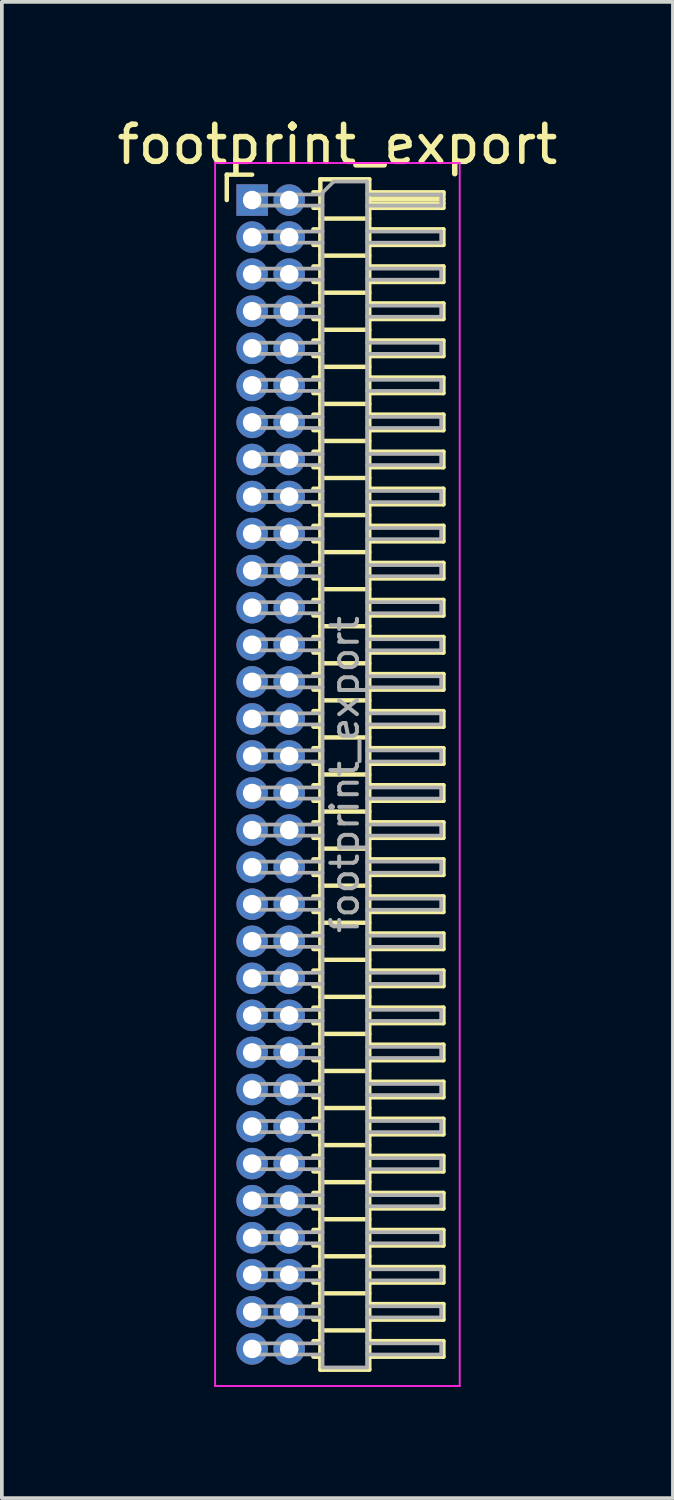
<source format=kicad_pcb>
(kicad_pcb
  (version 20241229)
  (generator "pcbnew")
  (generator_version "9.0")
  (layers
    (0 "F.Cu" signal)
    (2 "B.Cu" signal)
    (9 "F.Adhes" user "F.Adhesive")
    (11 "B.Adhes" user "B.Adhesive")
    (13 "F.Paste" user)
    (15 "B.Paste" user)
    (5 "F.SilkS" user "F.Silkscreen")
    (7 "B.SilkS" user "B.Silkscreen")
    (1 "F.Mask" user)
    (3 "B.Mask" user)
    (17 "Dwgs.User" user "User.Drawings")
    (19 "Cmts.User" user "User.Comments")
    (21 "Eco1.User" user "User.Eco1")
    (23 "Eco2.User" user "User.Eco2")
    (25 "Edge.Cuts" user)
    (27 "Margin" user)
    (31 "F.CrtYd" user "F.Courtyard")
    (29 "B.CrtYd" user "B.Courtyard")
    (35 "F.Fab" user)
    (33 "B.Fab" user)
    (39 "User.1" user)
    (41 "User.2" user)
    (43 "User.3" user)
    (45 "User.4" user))
  (footprint "footprint_export"
    (layer "F.Cu")
    (at 3.754 2.348)
    (property "Reference" "footprint_export" (at 2.3 -1.5 0) (layer "F.SilkS") (effects (font (size 1 1) (thickness 0.15))))
    (attr through_hole)
    (fp_line (start -0.685 -0.685) (end 0 -0.685) (stroke (width 0.12) (type solid)) (layer "F.SilkS"))
    (fp_line (start -0.685 0) (end -0.685 -0.685) (stroke (width 0.12) (type solid)) (layer "F.SilkS"))
    (fp_line (start 1.652 -0.21) (end 1.84 -0.21) (stroke (width 0.12) (type solid)) (layer "F.SilkS"))
    (fp_line (start 1.652 0.21) (end 1.84 0.21) (stroke (width 0.12) (type solid)) (layer "F.SilkS"))
    (fp_line (start 1.652 0.79) (end 1.84 0.79) (stroke (width 0.12) (type solid)) (layer "F.SilkS"))
    (fp_line (start 1.652 1.21) (end 1.84 1.21) (stroke (width 0.12) (type solid)) (layer "F.SilkS"))
    (fp_line (start 1.652 1.79) (end 1.84 1.79) (stroke (width 0.12) (type solid)) (layer "F.SilkS"))
    (fp_line (start 1.652 2.21) (end 1.84 2.21) (stroke (width 0.12) (type solid)) (layer "F.SilkS"))
    (fp_line (start 1.652 2.79) (end 1.84 2.79) (stroke (width 0.12) (type solid)) (layer "F.SilkS"))
    (fp_line (start 1.652 3.21) (end 1.84 3.21) (stroke (width 0.12) (type solid)) (layer "F.SilkS"))
    (fp_line (start 1.652 3.79) (end 1.84 3.79) (stroke (width 0.12) (type solid)) (layer "F.SilkS"))
    (fp_line (start 1.652 4.21) (end 1.84 4.21) (stroke (width 0.12) (type solid)) (layer "F.SilkS"))
    (fp_line (start 1.652 4.79) (end 1.84 4.79) (stroke (width 0.12) (type solid)) (layer "F.SilkS"))
    (fp_line (start 1.652 5.21) (end 1.84 5.21) (stroke (width 0.12) (type solid)) (layer "F.SilkS"))
    (fp_line (start 1.652 5.79) (end 1.84 5.79) (stroke (width 0.12) (type solid)) (layer "F.SilkS"))
    (fp_line (start 1.652 6.21) (end 1.84 6.21) (stroke (width 0.12) (type solid)) (layer "F.SilkS"))
    (fp_line (start 1.652 6.79) (end 1.84 6.79) (stroke (width 0.12) (type solid)) (layer "F.SilkS"))
    (fp_line (start 1.652 7.21) (end 1.84 7.21) (stroke (width 0.12) (type solid)) (layer "F.SilkS"))
    (fp_line (start 1.652 7.79) (end 1.84 7.79) (stroke (width 0.12) (type solid)) (layer "F.SilkS"))
    (fp_line (start 1.652 8.21) (end 1.84 8.21) (stroke (width 0.12) (type solid)) (layer "F.SilkS"))
    (fp_line (start 1.652 8.79) (end 1.84 8.79) (stroke (width 0.12) (type solid)) (layer "F.SilkS"))
    (fp_line (start 1.652 9.21) (end 1.84 9.21) (stroke (width 0.12) (type solid)) (layer "F.SilkS"))
    (fp_line (start 1.652 9.79) (end 1.84 9.79) (stroke (width 0.12) (type solid)) (layer "F.SilkS"))
    (fp_line (start 1.652 10.21) (end 1.84 10.21) (stroke (width 0.12) (type solid)) (layer "F.SilkS"))
    (fp_line (start 1.652 10.79) (end 1.84 10.79) (stroke (width 0.12) (type solid)) (layer "F.SilkS"))
    (fp_line (start 1.652 11.21) (end 1.84 11.21) (stroke (width 0.12) (type solid)) (layer "F.SilkS"))
    (fp_line (start 1.652 11.79) (end 1.84 11.79) (stroke (width 0.12) (type solid)) (layer "F.SilkS"))
    (fp_line (start 1.652 12.21) (end 1.84 12.21) (stroke (width 0.12) (type solid)) (layer "F.SilkS"))
    (fp_line (start 1.652 12.79) (end 1.84 12.79) (stroke (width 0.12) (type solid)) (layer "F.SilkS"))
    (fp_line (start 1.652 13.21) (end 1.84 13.21) (stroke (width 0.12) (type solid)) (layer "F.SilkS"))
    (fp_line (start 1.652 13.79) (end 1.84 13.79) (stroke (width 0.12) (type solid)) (layer "F.SilkS"))
    (fp_line (start 1.652 14.21) (end 1.84 14.21) (stroke (width 0.12) (type solid)) (layer "F.SilkS"))
    (fp_line (start 1.652 14.79) (end 1.84 14.79) (stroke (width 0.12) (type solid)) (layer "F.SilkS"))
    (fp_line (start 1.652 15.21) (end 1.84 15.21) (stroke (width 0.12) (type solid)) (layer "F.SilkS"))
    (fp_line (start 1.652 15.79) (end 1.84 15.79) (stroke (width 0.12) (type solid)) (layer "F.SilkS"))
    (fp_line (start 1.652 16.21) (end 1.84 16.21) (stroke (width 0.12) (type solid)) (layer "F.SilkS"))
    (fp_line (start 1.652 16.79) (end 1.84 16.79) (stroke (width 0.12) (type solid)) (layer "F.SilkS"))
    (fp_line (start 1.652 17.21) (end 1.84 17.21) (stroke (width 0.12) (type solid)) (layer "F.SilkS"))
    (fp_line (start 1.652 17.79) (end 1.84 17.79) (stroke (width 0.12) (type solid)) (layer "F.SilkS"))
    (fp_line (start 1.652 18.21) (end 1.84 18.21) (stroke (width 0.12) (type solid)) (layer "F.SilkS"))
    (fp_line (start 1.652 18.79) (end 1.84 18.79) (stroke (width 0.12) (type solid)) (layer "F.SilkS"))
    (fp_line (start 1.652 19.21) (end 1.84 19.21) (stroke (width 0.12) (type solid)) (layer "F.SilkS"))
    (fp_line (start 1.652 19.79) (end 1.84 19.79) (stroke (width 0.12) (type solid)) (layer "F.SilkS"))
    (fp_line (start 1.652 20.21) (end 1.84 20.21) (stroke (width 0.12) (type solid)) (layer "F.SilkS"))
    (fp_line (start 1.652 20.79) (end 1.84 20.79) (stroke (width 0.12) (type solid)) (layer "F.SilkS"))
    (fp_line (start 1.652 21.21) (end 1.84 21.21) (stroke (width 0.12) (type solid)) (layer "F.SilkS"))
    (fp_line (start 1.652 21.79) (end 1.84 21.79) (stroke (width 0.12) (type solid)) (layer "F.SilkS"))
    (fp_line (start 1.652 22.21) (end 1.84 22.21) (stroke (width 0.12) (type solid)) (layer "F.SilkS"))
    (fp_line (start 1.652 22.79) (end 1.84 22.79) (stroke (width 0.12) (type solid)) (layer "F.SilkS"))
    (fp_line (start 1.652 23.21) (end 1.84 23.21) (stroke (width 0.12) (type solid)) (layer "F.SilkS"))
    (fp_line (start 1.652 23.79) (end 1.84 23.79) (stroke (width 0.12) (type solid)) (layer "F.SilkS"))
    (fp_line (start 1.652 24.21) (end 1.84 24.21) (stroke (width 0.12) (type solid)) (layer "F.SilkS"))
    (fp_line (start 1.652 24.79) (end 1.84 24.79) (stroke (width 0.12) (type solid)) (layer "F.SilkS"))
    (fp_line (start 1.652 25.21) (end 1.84 25.21) (stroke (width 0.12) (type solid)) (layer "F.SilkS"))
    (fp_line (start 1.652 25.79) (end 1.84 25.79) (stroke (width 0.12) (type solid)) (layer "F.SilkS"))
    (fp_line (start 1.652 26.21) (end 1.84 26.21) (stroke (width 0.12) (type solid)) (layer "F.SilkS"))
    (fp_line (start 1.652 26.79) (end 1.84 26.79) (stroke (width 0.12) (type solid)) (layer "F.SilkS"))
    (fp_line (start 1.652 27.21) (end 1.84 27.21) (stroke (width 0.12) (type solid)) (layer "F.SilkS"))
    (fp_line (start 1.652 27.79) (end 1.84 27.79) (stroke (width 0.12) (type solid)) (layer "F.SilkS"))
    (fp_line (start 1.652 28.21) (end 1.84 28.21) (stroke (width 0.12) (type solid)) (layer "F.SilkS"))
    (fp_line (start 1.652 28.79) (end 1.84 28.79) (stroke (width 0.12) (type solid)) (layer "F.SilkS"))
    (fp_line (start 1.652 29.21) (end 1.84 29.21) (stroke (width 0.12) (type solid)) (layer "F.SilkS"))
    (fp_line (start 1.652 29.79) (end 1.84 29.79) (stroke (width 0.12) (type solid)) (layer "F.SilkS"))
    (fp_line (start 1.652 30.21) (end 1.84 30.21) (stroke (width 0.12) (type solid)) (layer "F.SilkS"))
    (fp_line (start 1.652 30.79) (end 1.84 30.79) (stroke (width 0.12) (type solid)) (layer "F.SilkS"))
    (fp_line (start 1.652 31.21) (end 1.84 31.21) (stroke (width 0.12) (type solid)) (layer "F.SilkS"))
    (fp_line (start 1.84 -0.56) (end 1.84 31.56) (stroke (width 0.12) (type solid)) (layer "F.SilkS"))
    (fp_line (start 1.84 0.5) (end 3.16 0.5) (stroke (width 0.12) (type solid)) (layer "F.SilkS"))
    (fp_line (start 1.84 1.5) (end 3.16 1.5) (stroke (width 0.12) (type solid)) (layer "F.SilkS"))
    (fp_line (start 1.84 2.5) (end 3.16 2.5) (stroke (width 0.12) (type solid)) (layer "F.SilkS"))
    (fp_line (start 1.84 3.5) (end 3.16 3.5) (stroke (width 0.12) (type solid)) (layer "F.SilkS"))
    (fp_line (start 1.84 4.5) (end 3.16 4.5) (stroke (width 0.12) (type solid)) (layer "F.SilkS"))
    (fp_line (start 1.84 5.5) (end 3.16 5.5) (stroke (width 0.12) (type solid)) (layer "F.SilkS"))
    (fp_line (start 1.84 6.5) (end 3.16 6.5) (stroke (width 0.12) (type solid)) (layer "F.SilkS"))
    (fp_line (start 1.84 7.5) (end 3.16 7.5) (stroke (width 0.12) (type solid)) (layer "F.SilkS"))
    (fp_line (start 1.84 8.5) (end 3.16 8.5) (stroke (width 0.12) (type solid)) (layer "F.SilkS"))
    (fp_line (start 1.84 9.5) (end 3.16 9.5) (stroke (width 0.12) (type solid)) (layer "F.SilkS"))
    (fp_line (start 1.84 10.5) (end 3.16 10.5) (stroke (width 0.12) (type solid)) (layer "F.SilkS"))
    (fp_line (start 1.84 11.5) (end 3.16 11.5) (stroke (width 0.12) (type solid)) (layer "F.SilkS"))
    (fp_line (start 1.84 12.5) (end 3.16 12.5) (stroke (width 0.12) (type solid)) (layer "F.SilkS"))
    (fp_line (start 1.84 13.5) (end 3.16 13.5) (stroke (width 0.12) (type solid)) (layer "F.SilkS"))
    (fp_line (start 1.84 14.5) (end 3.16 14.5) (stroke (width 0.12) (type solid)) (layer "F.SilkS"))
    (fp_line (start 1.84 15.5) (end 3.16 15.5) (stroke (width 0.12) (type solid)) (layer "F.SilkS"))
    (fp_line (start 1.84 16.5) (end 3.16 16.5) (stroke (width 0.12) (type solid)) (layer "F.SilkS"))
    (fp_line (start 1.84 17.5) (end 3.16 17.5) (stroke (width 0.12) (type solid)) (layer "F.SilkS"))
    (fp_line (start 1.84 18.5) (end 3.16 18.5) (stroke (width 0.12) (type solid)) (layer "F.SilkS"))
    (fp_line (start 1.84 19.5) (end 3.16 19.5) (stroke (width 0.12) (type solid)) (layer "F.SilkS"))
    (fp_line (start 1.84 20.5) (end 3.16 20.5) (stroke (width 0.12) (type solid)) (layer "F.SilkS"))
    (fp_line (start 1.84 21.5) (end 3.16 21.5) (stroke (width 0.12) (type solid)) (layer "F.SilkS"))
    (fp_line (start 1.84 22.5) (end 3.16 22.5) (stroke (width 0.12) (type solid)) (layer "F.SilkS"))
    (fp_line (start 1.84 23.5) (end 3.16 23.5) (stroke (width 0.12) (type solid)) (layer "F.SilkS"))
    (fp_line (start 1.84 24.5) (end 3.16 24.5) (stroke (width 0.12) (type solid)) (layer "F.SilkS"))
    (fp_line (start 1.84 25.5) (end 3.16 25.5) (stroke (width 0.12) (type solid)) (layer "F.SilkS"))
    (fp_line (start 1.84 26.5) (end 3.16 26.5) (stroke (width 0.12) (type solid)) (layer "F.SilkS"))
    (fp_line (start 1.84 27.5) (end 3.16 27.5) (stroke (width 0.12) (type solid)) (layer "F.SilkS"))
    (fp_line (start 1.84 28.5) (end 3.16 28.5) (stroke (width 0.12) (type solid)) (layer "F.SilkS"))
    (fp_line (start 1.84 29.5) (end 3.16 29.5) (stroke (width 0.12) (type solid)) (layer "F.SilkS"))
    (fp_line (start 1.84 30.5) (end 3.16 30.5) (stroke (width 0.12) (type solid)) (layer "F.SilkS"))
    (fp_line (start 1.84 31.56) (end 3.16 31.56) (stroke (width 0.12) (type solid)) (layer "F.SilkS"))
    (fp_line (start 3.16 -0.56) (end 1.84 -0.56) (stroke (width 0.12) (type solid)) (layer "F.SilkS"))
    (fp_line (start 3.16 -0.21) (end 5.16 -0.21) (stroke (width 0.12) (type solid)) (layer "F.SilkS"))
    (fp_line (start 3.16 -0.15) (end 5.16 -0.15) (stroke (width 0.12) (type solid)) (layer "F.SilkS"))
    (fp_line (start 3.16 -0.03) (end 5.16 -0.03) (stroke (width 0.12) (type solid)) (layer "F.SilkS"))
    (fp_line (start 3.16 0.09) (end 5.16 0.09) (stroke (width 0.12) (type solid)) (layer "F.SilkS"))
    (fp_line (start 3.16 0.79) (end 5.16 0.79) (stroke (width 0.12) (type solid)) (layer "F.SilkS"))
    (fp_line (start 3.16 1.79) (end 5.16 1.79) (stroke (width 0.12) (type solid)) (layer "F.SilkS"))
    (fp_line (start 3.16 2.79) (end 5.16 2.79) (stroke (width 0.12) (type solid)) (layer "F.SilkS"))
    (fp_line (start 3.16 3.79) (end 5.16 3.79) (stroke (width 0.12) (type solid)) (layer "F.SilkS"))
    (fp_line (start 3.16 4.79) (end 5.16 4.79) (stroke (width 0.12) (type solid)) (layer "F.SilkS"))
    (fp_line (start 3.16 5.79) (end 5.16 5.79) (stroke (width 0.12) (type solid)) (layer "F.SilkS"))
    (fp_line (start 3.16 6.79) (end 5.16 6.79) (stroke (width 0.12) (type solid)) (layer "F.SilkS"))
    (fp_line (start 3.16 7.79) (end 5.16 7.79) (stroke (width 0.12) (type solid)) (layer "F.SilkS"))
    (fp_line (start 3.16 8.79) (end 5.16 8.79) (stroke (width 0.12) (type solid)) (layer "F.SilkS"))
    (fp_line (start 3.16 9.79) (end 5.16 9.79) (stroke (width 0.12) (type solid)) (layer "F.SilkS"))
    (fp_line (start 3.16 10.79) (end 5.16 10.79) (stroke (width 0.12) (type solid)) (layer "F.SilkS"))
    (fp_line (start 3.16 11.79) (end 5.16 11.79) (stroke (width 0.12) (type solid)) (layer "F.SilkS"))
    (fp_line (start 3.16 12.79) (end 5.16 12.79) (stroke (width 0.12) (type solid)) (layer "F.SilkS"))
    (fp_line (start 3.16 13.79) (end 5.16 13.79) (stroke (width 0.12) (type solid)) (layer "F.SilkS"))
    (fp_line (start 3.16 14.79) (end 5.16 14.79) (stroke (width 0.12) (type solid)) (layer "F.SilkS"))
    (fp_line (start 3.16 15.79) (end 5.16 15.79) (stroke (width 0.12) (type solid)) (layer "F.SilkS"))
    (fp_line (start 3.16 16.79) (end 5.16 16.79) (stroke (width 0.12) (type solid)) (layer "F.SilkS"))
    (fp_line (start 3.16 17.79) (end 5.16 17.79) (stroke (width 0.12) (type solid)) (layer "F.SilkS"))
    (fp_line (start 3.16 18.79) (end 5.16 18.79) (stroke (width 0.12) (type solid)) (layer "F.SilkS"))
    (fp_line (start 3.16 19.79) (end 5.16 19.79) (stroke (width 0.12) (type solid)) (layer "F.SilkS"))
    (fp_line (start 3.16 20.79) (end 5.16 20.79) (stroke (width 0.12) (type solid)) (layer "F.SilkS"))
    (fp_line (start 3.16 21.79) (end 5.16 21.79) (stroke (width 0.12) (type solid)) (layer "F.SilkS"))
    (fp_line (start 3.16 22.79) (end 5.16 22.79) (stroke (width 0.12) (type solid)) (layer "F.SilkS"))
    (fp_line (start 3.16 23.79) (end 5.16 23.79) (stroke (width 0.12) (type solid)) (layer "F.SilkS"))
    (fp_line (start 3.16 24.79) (end 5.16 24.79) (stroke (width 0.12) (type solid)) (layer "F.SilkS"))
    (fp_line (start 3.16 25.79) (end 5.16 25.79) (stroke (width 0.12) (type solid)) (layer "F.SilkS"))
    (fp_line (start 3.16 26.79) (end 5.16 26.79) (stroke (width 0.12) (type solid)) (layer "F.SilkS"))
    (fp_line (start 3.16 27.79) (end 5.16 27.79) (stroke (width 0.12) (type solid)) (layer "F.SilkS"))
    (fp_line (start 3.16 28.79) (end 5.16 28.79) (stroke (width 0.12) (type solid)) (layer "F.SilkS"))
    (fp_line (start 3.16 29.79) (end 5.16 29.79) (stroke (width 0.12) (type solid)) (layer "F.SilkS"))
    (fp_line (start 3.16 30.79) (end 5.16 30.79) (stroke (width 0.12) (type solid)) (layer "F.SilkS"))
    (fp_line (start 3.16 31.56) (end 3.16 -0.56) (stroke (width 0.12) (type solid)) (layer "F.SilkS"))
    (fp_line (start 5.16 -0.21) (end 5.16 0.21) (stroke (width 0.12) (type solid)) (layer "F.SilkS"))
    (fp_line (start 5.16 0.21) (end 3.16 0.21) (stroke (width 0.12) (type solid)) (layer "F.SilkS"))
    (fp_line (start 5.16 0.79) (end 5.16 1.21) (stroke (width 0.12) (type solid)) (layer "F.SilkS"))
    (fp_line (start 5.16 1.21) (end 3.16 1.21) (stroke (width 0.12) (type solid)) (layer "F.SilkS"))
    (fp_line (start 5.16 1.79) (end 5.16 2.21) (stroke (width 0.12) (type solid)) (layer "F.SilkS"))
    (fp_line (start 5.16 2.21) (end 3.16 2.21) (stroke (width 0.12) (type solid)) (layer "F.SilkS"))
    (fp_line (start 5.16 2.79) (end 5.16 3.21) (stroke (width 0.12) (type solid)) (layer "F.SilkS"))
    (fp_line (start 5.16 3.21) (end 3.16 3.21) (stroke (width 0.12) (type solid)) (layer "F.SilkS"))
    (fp_line (start 5.16 3.79) (end 5.16 4.21) (stroke (width 0.12) (type solid)) (layer "F.SilkS"))
    (fp_line (start 5.16 4.21) (end 3.16 4.21) (stroke (width 0.12) (type solid)) (layer "F.SilkS"))
    (fp_line (start 5.16 4.79) (end 5.16 5.21) (stroke (width 0.12) (type solid)) (layer "F.SilkS"))
    (fp_line (start 5.16 5.21) (end 3.16 5.21) (stroke (width 0.12) (type solid)) (layer "F.SilkS"))
    (fp_line (start 5.16 5.79) (end 5.16 6.21) (stroke (width 0.12) (type solid)) (layer "F.SilkS"))
    (fp_line (start 5.16 6.21) (end 3.16 6.21) (stroke (width 0.12) (type solid)) (layer "F.SilkS"))
    (fp_line (start 5.16 6.79) (end 5.16 7.21) (stroke (width 0.12) (type solid)) (layer "F.SilkS"))
    (fp_line (start 5.16 7.21) (end 3.16 7.21) (stroke (width 0.12) (type solid)) (layer "F.SilkS"))
    (fp_line (start 5.16 7.79) (end 5.16 8.21) (stroke (width 0.12) (type solid)) (layer "F.SilkS"))
    (fp_line (start 5.16 8.21) (end 3.16 8.21) (stroke (width 0.12) (type solid)) (layer "F.SilkS"))
    (fp_line (start 5.16 8.79) (end 5.16 9.21) (stroke (width 0.12) (type solid)) (layer "F.SilkS"))
    (fp_line (start 5.16 9.21) (end 3.16 9.21) (stroke (width 0.12) (type solid)) (layer "F.SilkS"))
    (fp_line (start 5.16 9.79) (end 5.16 10.21) (stroke (width 0.12) (type solid)) (layer "F.SilkS"))
    (fp_line (start 5.16 10.21) (end 3.16 10.21) (stroke (width 0.12) (type solid)) (layer "F.SilkS"))
    (fp_line (start 5.16 10.79) (end 5.16 11.21) (stroke (width 0.12) (type solid)) (layer "F.SilkS"))
    (fp_line (start 5.16 11.21) (end 3.16 11.21) (stroke (width 0.12) (type solid)) (layer "F.SilkS"))
    (fp_line (start 5.16 11.79) (end 5.16 12.21) (stroke (width 0.12) (type solid)) (layer "F.SilkS"))
    (fp_line (start 5.16 12.21) (end 3.16 12.21) (stroke (width 0.12) (type solid)) (layer "F.SilkS"))
    (fp_line (start 5.16 12.79) (end 5.16 13.21) (stroke (width 0.12) (type solid)) (layer "F.SilkS"))
    (fp_line (start 5.16 13.21) (end 3.16 13.21) (stroke (width 0.12) (type solid)) (layer "F.SilkS"))
    (fp_line (start 5.16 13.79) (end 5.16 14.21) (stroke (width 0.12) (type solid)) (layer "F.SilkS"))
    (fp_line (start 5.16 14.21) (end 3.16 14.21) (stroke (width 0.12) (type solid)) (layer "F.SilkS"))
    (fp_line (start 5.16 14.79) (end 5.16 15.21) (stroke (width 0.12) (type solid)) (layer "F.SilkS"))
    (fp_line (start 5.16 15.21) (end 3.16 15.21) (stroke (width 0.12) (type solid)) (layer "F.SilkS"))
    (fp_line (start 5.16 15.79) (end 5.16 16.21) (stroke (width 0.12) (type solid)) (layer "F.SilkS"))
    (fp_line (start 5.16 16.21) (end 3.16 16.21) (stroke (width 0.12) (type solid)) (layer "F.SilkS"))
    (fp_line (start 5.16 16.79) (end 5.16 17.21) (stroke (width 0.12) (type solid)) (layer "F.SilkS"))
    (fp_line (start 5.16 17.21) (end 3.16 17.21) (stroke (width 0.12) (type solid)) (layer "F.SilkS"))
    (fp_line (start 5.16 17.79) (end 5.16 18.21) (stroke (width 0.12) (type solid)) (layer "F.SilkS"))
    (fp_line (start 5.16 18.21) (end 3.16 18.21) (stroke (width 0.12) (type solid)) (layer "F.SilkS"))
    (fp_line (start 5.16 18.79) (end 5.16 19.21) (stroke (width 0.12) (type solid)) (layer "F.SilkS"))
    (fp_line (start 5.16 19.21) (end 3.16 19.21) (stroke (width 0.12) (type solid)) (layer "F.SilkS"))
    (fp_line (start 5.16 19.79) (end 5.16 20.21) (stroke (width 0.12) (type solid)) (layer "F.SilkS"))
    (fp_line (start 5.16 20.21) (end 3.16 20.21) (stroke (width 0.12) (type solid)) (layer "F.SilkS"))
    (fp_line (start 5.16 20.79) (end 5.16 21.21) (stroke (width 0.12) (type solid)) (layer "F.SilkS"))
    (fp_line (start 5.16 21.21) (end 3.16 21.21) (stroke (width 0.12) (type solid)) (layer "F.SilkS"))
    (fp_line (start 5.16 21.79) (end 5.16 22.21) (stroke (width 0.12) (type solid)) (layer "F.SilkS"))
    (fp_line (start 5.16 22.21) (end 3.16 22.21) (stroke (width 0.12) (type solid)) (layer "F.SilkS"))
    (fp_line (start 5.16 22.79) (end 5.16 23.21) (stroke (width 0.12) (type solid)) (layer "F.SilkS"))
    (fp_line (start 5.16 23.21) (end 3.16 23.21) (stroke (width 0.12) (type solid)) (layer "F.SilkS"))
    (fp_line (start 5.16 23.79) (end 5.16 24.21) (stroke (width 0.12) (type solid)) (layer "F.SilkS"))
    (fp_line (start 5.16 24.21) (end 3.16 24.21) (stroke (width 0.12) (type solid)) (layer "F.SilkS"))
    (fp_line (start 5.16 24.79) (end 5.16 25.21) (stroke (width 0.12) (type solid)) (layer "F.SilkS"))
    (fp_line (start 5.16 25.21) (end 3.16 25.21) (stroke (width 0.12) (type solid)) (layer "F.SilkS"))
    (fp_line (start 5.16 25.79) (end 5.16 26.21) (stroke (width 0.12) (type solid)) (layer "F.SilkS"))
    (fp_line (start 5.16 26.21) (end 3.16 26.21) (stroke (width 0.12) (type solid)) (layer "F.SilkS"))
    (fp_line (start 5.16 26.79) (end 5.16 27.21) (stroke (width 0.12) (type solid)) (layer "F.SilkS"))
    (fp_line (start 5.16 27.21) (end 3.16 27.21) (stroke (width 0.12) (type solid)) (layer "F.SilkS"))
    (fp_line (start 5.16 27.79) (end 5.16 28.21) (stroke (width 0.12) (type solid)) (layer "F.SilkS"))
    (fp_line (start 5.16 28.21) (end 3.16 28.21) (stroke (width 0.12) (type solid)) (layer "F.SilkS"))
    (fp_line (start 5.16 28.79) (end 5.16 29.21) (stroke (width 0.12) (type solid)) (layer "F.SilkS"))
    (fp_line (start 5.16 29.21) (end 3.16 29.21) (stroke (width 0.12) (type solid)) (layer "F.SilkS"))
    (fp_line (start 5.16 29.79) (end 5.16 30.21) (stroke (width 0.12) (type solid)) (layer "F.SilkS"))
    (fp_line (start 5.16 30.21) (end 3.16 30.21) (stroke (width 0.12) (type solid)) (layer "F.SilkS"))
    (fp_line (start 5.16 30.79) (end 5.16 31.21) (stroke (width 0.12) (type solid)) (layer "F.SilkS"))
    (fp_line (start 5.16 31.21) (end 3.16 31.21) (stroke (width 0.12) (type solid)) (layer "F.SilkS"))
    (fp_line (start -1 -1) (end -1 32) (stroke (width 0.05) (type solid)) (layer "F.CrtYd"))
    (fp_line (start -1 32) (end 5.6 32) (stroke (width 0.05) (type solid)) (layer "F.CrtYd"))
    (fp_line (start 5.6 -1) (end -1 -1) (stroke (width 0.05) (type solid)) (layer "F.CrtYd"))
    (fp_line (start 5.6 32) (end 5.6 -1) (stroke (width 0.05) (type solid)) (layer "F.CrtYd"))
    (fp_line (start -0.15 -0.15) (end -0.15 0.15) (stroke (width 0.1) (type solid)) (layer "F.Fab"))
    (fp_line (start -0.15 -0.15) (end 1.9 -0.15) (stroke (width 0.1) (type solid)) (layer "F.Fab"))
    (fp_line (start -0.15 0.15) (end 1.9 0.15) (stroke (width 0.1) (type solid)) (layer "F.Fab"))
    (fp_line (start -0.15 0.85) (end -0.15 1.15) (stroke (width 0.1) (type solid)) (layer "F.Fab"))
    (fp_line (start -0.15 0.85) (end 1.9 0.85) (stroke (width 0.1) (type solid)) (layer "F.Fab"))
    (fp_line (start -0.15 1.15) (end 1.9 1.15) (stroke (width 0.1) (type solid)) (layer "F.Fab"))
    (fp_line (start -0.15 1.85) (end -0.15 2.15) (stroke (width 0.1) (type solid)) (layer "F.Fab"))
    (fp_line (start -0.15 1.85) (end 1.9 1.85) (stroke (width 0.1) (type solid)) (layer "F.Fab"))
    (fp_line (start -0.15 2.15) (end 1.9 2.15) (stroke (width 0.1) (type solid)) (layer "F.Fab"))
    (fp_line (start -0.15 2.85) (end -0.15 3.15) (stroke (width 0.1) (type solid)) (layer "F.Fab"))
    (fp_line (start -0.15 2.85) (end 1.9 2.85) (stroke (width 0.1) (type solid)) (layer "F.Fab"))
    (fp_line (start -0.15 3.15) (end 1.9 3.15) (stroke (width 0.1) (type solid)) (layer "F.Fab"))
    (fp_line (start -0.15 3.85) (end -0.15 4.15) (stroke (width 0.1) (type solid)) (layer "F.Fab"))
    (fp_line (start -0.15 3.85) (end 1.9 3.85) (stroke (width 0.1) (type solid)) (layer "F.Fab"))
    (fp_line (start -0.15 4.15) (end 1.9 4.15) (stroke (width 0.1) (type solid)) (layer "F.Fab"))
    (fp_line (start -0.15 4.85) (end -0.15 5.15) (stroke (width 0.1) (type solid)) (layer "F.Fab"))
    (fp_line (start -0.15 4.85) (end 1.9 4.85) (stroke (width 0.1) (type solid)) (layer "F.Fab"))
    (fp_line (start -0.15 5.15) (end 1.9 5.15) (stroke (width 0.1) (type solid)) (layer "F.Fab"))
    (fp_line (start -0.15 5.85) (end -0.15 6.15) (stroke (width 0.1) (type solid)) (layer "F.Fab"))
    (fp_line (start -0.15 5.85) (end 1.9 5.85) (stroke (width 0.1) (type solid)) (layer "F.Fab"))
    (fp_line (start -0.15 6.15) (end 1.9 6.15) (stroke (width 0.1) (type solid)) (layer "F.Fab"))
    (fp_line (start -0.15 6.85) (end -0.15 7.15) (stroke (width 0.1) (type solid)) (layer "F.Fab"))
    (fp_line (start -0.15 6.85) (end 1.9 6.85) (stroke (width 0.1) (type solid)) (layer "F.Fab"))
    (fp_line (start -0.15 7.15) (end 1.9 7.15) (stroke (width 0.1) (type solid)) (layer "F.Fab"))
    (fp_line (start -0.15 7.85) (end -0.15 8.15) (stroke (width 0.1) (type solid)) (layer "F.Fab"))
    (fp_line (start -0.15 7.85) (end 1.9 7.85) (stroke (width 0.1) (type solid)) (layer "F.Fab"))
    (fp_line (start -0.15 8.15) (end 1.9 8.15) (stroke (width 0.1) (type solid)) (layer "F.Fab"))
    (fp_line (start -0.15 8.85) (end -0.15 9.15) (stroke (width 0.1) (type solid)) (layer "F.Fab"))
    (fp_line (start -0.15 8.85) (end 1.9 8.85) (stroke (width 0.1) (type solid)) (layer "F.Fab"))
    (fp_line (start -0.15 9.15) (end 1.9 9.15) (stroke (width 0.1) (type solid)) (layer "F.Fab"))
    (fp_line (start -0.15 9.85) (end -0.15 10.15) (stroke (width 0.1) (type solid)) (layer "F.Fab"))
    (fp_line (start -0.15 9.85) (end 1.9 9.85) (stroke (width 0.1) (type solid)) (layer "F.Fab"))
    (fp_line (start -0.15 10.15) (end 1.9 10.15) (stroke (width 0.1) (type solid)) (layer "F.Fab"))
    (fp_line (start -0.15 10.85) (end -0.15 11.15) (stroke (width 0.1) (type solid)) (layer "F.Fab"))
    (fp_line (start -0.15 10.85) (end 1.9 10.85) (stroke (width 0.1) (type solid)) (layer "F.Fab"))
    (fp_line (start -0.15 11.15) (end 1.9 11.15) (stroke (width 0.1) (type solid)) (layer "F.Fab"))
    (fp_line (start -0.15 11.85) (end -0.15 12.15) (stroke (width 0.1) (type solid)) (layer "F.Fab"))
    (fp_line (start -0.15 11.85) (end 1.9 11.85) (stroke (width 0.1) (type solid)) (layer "F.Fab"))
    (fp_line (start -0.15 12.15) (end 1.9 12.15) (stroke (width 0.1) (type solid)) (layer "F.Fab"))
    (fp_line (start -0.15 12.85) (end -0.15 13.15) (stroke (width 0.1) (type solid)) (layer "F.Fab"))
    (fp_line (start -0.15 12.85) (end 1.9 12.85) (stroke (width 0.1) (type solid)) (layer "F.Fab"))
    (fp_line (start -0.15 13.15) (end 1.9 13.15) (stroke (width 0.1) (type solid)) (layer "F.Fab"))
    (fp_line (start -0.15 13.85) (end -0.15 14.15) (stroke (width 0.1) (type solid)) (layer "F.Fab"))
    (fp_line (start -0.15 13.85) (end 1.9 13.85) (stroke (width 0.1) (type solid)) (layer "F.Fab"))
    (fp_line (start -0.15 14.15) (end 1.9 14.15) (stroke (width 0.1) (type solid)) (layer "F.Fab"))
    (fp_line (start -0.15 14.85) (end -0.15 15.15) (stroke (width 0.1) (type solid)) (layer "F.Fab"))
    (fp_line (start -0.15 14.85) (end 1.9 14.85) (stroke (width 0.1) (type solid)) (layer "F.Fab"))
    (fp_line (start -0.15 15.15) (end 1.9 15.15) (stroke (width 0.1) (type solid)) (layer "F.Fab"))
    (fp_line (start -0.15 15.85) (end -0.15 16.15) (stroke (width 0.1) (type solid)) (layer "F.Fab"))
    (fp_line (start -0.15 15.85) (end 1.9 15.85) (stroke (width 0.1) (type solid)) (layer "F.Fab"))
    (fp_line (start -0.15 16.15) (end 1.9 16.15) (stroke (width 0.1) (type solid)) (layer "F.Fab"))
    (fp_line (start -0.15 16.85) (end -0.15 17.15) (stroke (width 0.1) (type solid)) (layer "F.Fab"))
    (fp_line (start -0.15 16.85) (end 1.9 16.85) (stroke (width 0.1) (type solid)) (layer "F.Fab"))
    (fp_line (start -0.15 17.15) (end 1.9 17.15) (stroke (width 0.1) (type solid)) (layer "F.Fab"))
    (fp_line (start -0.15 17.85) (end -0.15 18.15) (stroke (width 0.1) (type solid)) (layer "F.Fab"))
    (fp_line (start -0.15 17.85) (end 1.9 17.85) (stroke (width 0.1) (type solid)) (layer "F.Fab"))
    (fp_line (start -0.15 18.15) (end 1.9 18.15) (stroke (width 0.1) (type solid)) (layer "F.Fab"))
    (fp_line (start -0.15 18.85) (end -0.15 19.15) (stroke (width 0.1) (type solid)) (layer "F.Fab"))
    (fp_line (start -0.15 18.85) (end 1.9 18.85) (stroke (width 0.1) (type solid)) (layer "F.Fab"))
    (fp_line (start -0.15 19.15) (end 1.9 19.15) (stroke (width 0.1) (type solid)) (layer "F.Fab"))
    (fp_line (start -0.15 19.85) (end -0.15 20.15) (stroke (width 0.1) (type solid)) (layer "F.Fab"))
    (fp_line (start -0.15 19.85) (end 1.9 19.85) (stroke (width 0.1) (type solid)) (layer "F.Fab"))
    (fp_line (start -0.15 20.15) (end 1.9 20.15) (stroke (width 0.1) (type solid)) (layer "F.Fab"))
    (fp_line (start -0.15 20.85) (end -0.15 21.15) (stroke (width 0.1) (type solid)) (layer "F.Fab"))
    (fp_line (start -0.15 20.85) (end 1.9 20.85) (stroke (width 0.1) (type solid)) (layer "F.Fab"))
    (fp_line (start -0.15 21.15) (end 1.9 21.15) (stroke (width 0.1) (type solid)) (layer "F.Fab"))
    (fp_line (start -0.15 21.85) (end -0.15 22.15) (stroke (width 0.1) (type solid)) (layer "F.Fab"))
    (fp_line (start -0.15 21.85) (end 1.9 21.85) (stroke (width 0.1) (type solid)) (layer "F.Fab"))
    (fp_line (start -0.15 22.15) (end 1.9 22.15) (stroke (width 0.1) (type solid)) (layer "F.Fab"))
    (fp_line (start -0.15 22.85) (end -0.15 23.15) (stroke (width 0.1) (type solid)) (layer "F.Fab"))
    (fp_line (start -0.15 22.85) (end 1.9 22.85) (stroke (width 0.1) (type solid)) (layer "F.Fab"))
    (fp_line (start -0.15 23.15) (end 1.9 23.15) (stroke (width 0.1) (type solid)) (layer "F.Fab"))
    (fp_line (start -0.15 23.85) (end -0.15 24.15) (stroke (width 0.1) (type solid)) (layer "F.Fab"))
    (fp_line (start -0.15 23.85) (end 1.9 23.85) (stroke (width 0.1) (type solid)) (layer "F.Fab"))
    (fp_line (start -0.15 24.15) (end 1.9 24.15) (stroke (width 0.1) (type solid)) (layer "F.Fab"))
    (fp_line (start -0.15 24.85) (end -0.15 25.15) (stroke (width 0.1) (type solid)) (layer "F.Fab"))
    (fp_line (start -0.15 24.85) (end 1.9 24.85) (stroke (width 0.1) (type solid)) (layer "F.Fab"))
    (fp_line (start -0.15 25.15) (end 1.9 25.15) (stroke (width 0.1) (type solid)) (layer "F.Fab"))
    (fp_line (start -0.15 25.85) (end -0.15 26.15) (stroke (width 0.1) (type solid)) (layer "F.Fab"))
    (fp_line (start -0.15 25.85) (end 1.9 25.85) (stroke (width 0.1) (type solid)) (layer "F.Fab"))
    (fp_line (start -0.15 26.15) (end 1.9 26.15) (stroke (width 0.1) (type solid)) (layer "F.Fab"))
    (fp_line (start -0.15 26.85) (end -0.15 27.15) (stroke (width 0.1) (type solid)) (layer "F.Fab"))
    (fp_line (start -0.15 26.85) (end 1.9 26.85) (stroke (width 0.1) (type solid)) (layer "F.Fab"))
    (fp_line (start -0.15 27.15) (end 1.9 27.15) (stroke (width 0.1) (type solid)) (layer "F.Fab"))
    (fp_line (start -0.15 27.85) (end -0.15 28.15) (stroke (width 0.1) (type solid)) (layer "F.Fab"))
    (fp_line (start -0.15 27.85) (end 1.9 27.85) (stroke (width 0.1) (type solid)) (layer "F.Fab"))
    (fp_line (start -0.15 28.15) (end 1.9 28.15) (stroke (width 0.1) (type solid)) (layer "F.Fab"))
    (fp_line (start -0.15 28.85) (end -0.15 29.15) (stroke (width 0.1) (type solid)) (layer "F.Fab"))
    (fp_line (start -0.15 28.85) (end 1.9 28.85) (stroke (width 0.1) (type solid)) (layer "F.Fab"))
    (fp_line (start -0.15 29.15) (end 1.9 29.15) (stroke (width 0.1) (type solid)) (layer "F.Fab"))
    (fp_line (start -0.15 29.85) (end -0.15 30.15) (stroke (width 0.1) (type solid)) (layer "F.Fab"))
    (fp_line (start -0.15 29.85) (end 1.9 29.85) (stroke (width 0.1) (type solid)) (layer "F.Fab"))
    (fp_line (start -0.15 30.15) (end 1.9 30.15) (stroke (width 0.1) (type solid)) (layer "F.Fab"))
    (fp_line (start -0.15 30.85) (end -0.15 31.15) (stroke (width 0.1) (type solid)) (layer "F.Fab"))
    (fp_line (start -0.15 30.85) (end 1.9 30.85) (stroke (width 0.1) (type solid)) (layer "F.Fab"))
    (fp_line (start -0.15 31.15) (end 1.9 31.15) (stroke (width 0.1) (type solid)) (layer "F.Fab"))
    (fp_line (start 1.9 -0.2) (end 2.2 -0.5) (stroke (width 0.1) (type solid)) (layer "F.Fab"))
    (fp_line (start 1.9 31.5) (end 1.9 -0.2) (stroke (width 0.1) (type solid)) (layer "F.Fab"))
    (fp_line (start 2.2 -0.5) (end 3.1 -0.5) (stroke (width 0.1) (type solid)) (layer "F.Fab"))
    (fp_line (start 3.1 -0.5) (end 3.1 31.5) (stroke (width 0.1) (type solid)) (layer "F.Fab"))
    (fp_line (start 3.1 -0.15) (end 5.1 -0.15) (stroke (width 0.1) (type solid)) (layer "F.Fab"))
    (fp_line (start 3.1 0.15) (end 5.1 0.15) (stroke (width 0.1) (type solid)) (layer "F.Fab"))
    (fp_line (start 3.1 0.85) (end 5.1 0.85) (stroke (width 0.1) (type solid)) (layer "F.Fab"))
    (fp_line (start 3.1 1.15) (end 5.1 1.15) (stroke (width 0.1) (type solid)) (layer "F.Fab"))
    (fp_line (start 3.1 1.85) (end 5.1 1.85) (stroke (width 0.1) (type solid)) (layer "F.Fab"))
    (fp_line (start 3.1 2.15) (end 5.1 2.15) (stroke (width 0.1) (type solid)) (layer "F.Fab"))
    (fp_line (start 3.1 2.85) (end 5.1 2.85) (stroke (width 0.1) (type solid)) (layer "F.Fab"))
    (fp_line (start 3.1 3.15) (end 5.1 3.15) (stroke (width 0.1) (type solid)) (layer "F.Fab"))
    (fp_line (start 3.1 3.85) (end 5.1 3.85) (stroke (width 0.1) (type solid)) (layer "F.Fab"))
    (fp_line (start 3.1 4.15) (end 5.1 4.15) (stroke (width 0.1) (type solid)) (layer "F.Fab"))
    (fp_line (start 3.1 4.85) (end 5.1 4.85) (stroke (width 0.1) (type solid)) (layer "F.Fab"))
    (fp_line (start 3.1 5.15) (end 5.1 5.15) (stroke (width 0.1) (type solid)) (layer "F.Fab"))
    (fp_line (start 3.1 5.85) (end 5.1 5.85) (stroke (width 0.1) (type solid)) (layer "F.Fab"))
    (fp_line (start 3.1 6.15) (end 5.1 6.15) (stroke (width 0.1) (type solid)) (layer "F.Fab"))
    (fp_line (start 3.1 6.85) (end 5.1 6.85) (stroke (width 0.1) (type solid)) (layer "F.Fab"))
    (fp_line (start 3.1 7.15) (end 5.1 7.15) (stroke (width 0.1) (type solid)) (layer "F.Fab"))
    (fp_line (start 3.1 7.85) (end 5.1 7.85) (stroke (width 0.1) (type solid)) (layer "F.Fab"))
    (fp_line (start 3.1 8.15) (end 5.1 8.15) (stroke (width 0.1) (type solid)) (layer "F.Fab"))
    (fp_line (start 3.1 8.85) (end 5.1 8.85) (stroke (width 0.1) (type solid)) (layer "F.Fab"))
    (fp_line (start 3.1 9.15) (end 5.1 9.15) (stroke (width 0.1) (type solid)) (layer "F.Fab"))
    (fp_line (start 3.1 9.85) (end 5.1 9.85) (stroke (width 0.1) (type solid)) (layer "F.Fab"))
    (fp_line (start 3.1 10.15) (end 5.1 10.15) (stroke (width 0.1) (type solid)) (layer "F.Fab"))
    (fp_line (start 3.1 10.85) (end 5.1 10.85) (stroke (width 0.1) (type solid)) (layer "F.Fab"))
    (fp_line (start 3.1 11.15) (end 5.1 11.15) (stroke (width 0.1) (type solid)) (layer "F.Fab"))
    (fp_line (start 3.1 11.85) (end 5.1 11.85) (stroke (width 0.1) (type solid)) (layer "F.Fab"))
    (fp_line (start 3.1 12.15) (end 5.1 12.15) (stroke (width 0.1) (type solid)) (layer "F.Fab"))
    (fp_line (start 3.1 12.85) (end 5.1 12.85) (stroke (width 0.1) (type solid)) (layer "F.Fab"))
    (fp_line (start 3.1 13.15) (end 5.1 13.15) (stroke (width 0.1) (type solid)) (layer "F.Fab"))
    (fp_line (start 3.1 13.85) (end 5.1 13.85) (stroke (width 0.1) (type solid)) (layer "F.Fab"))
    (fp_line (start 3.1 14.15) (end 5.1 14.15) (stroke (width 0.1) (type solid)) (layer "F.Fab"))
    (fp_line (start 3.1 14.85) (end 5.1 14.85) (stroke (width 0.1) (type solid)) (layer "F.Fab"))
    (fp_line (start 3.1 15.15) (end 5.1 15.15) (stroke (width 0.1) (type solid)) (layer "F.Fab"))
    (fp_line (start 3.1 15.85) (end 5.1 15.85) (stroke (width 0.1) (type solid)) (layer "F.Fab"))
    (fp_line (start 3.1 16.15) (end 5.1 16.15) (stroke (width 0.1) (type solid)) (layer "F.Fab"))
    (fp_line (start 3.1 16.85) (end 5.1 16.85) (stroke (width 0.1) (type solid)) (layer "F.Fab"))
    (fp_line (start 3.1 17.15) (end 5.1 17.15) (stroke (width 0.1) (type solid)) (layer "F.Fab"))
    (fp_line (start 3.1 17.85) (end 5.1 17.85) (stroke (width 0.1) (type solid)) (layer "F.Fab"))
    (fp_line (start 3.1 18.15) (end 5.1 18.15) (stroke (width 0.1) (type solid)) (layer "F.Fab"))
    (fp_line (start 3.1 18.85) (end 5.1 18.85) (stroke (width 0.1) (type solid)) (layer "F.Fab"))
    (fp_line (start 3.1 19.15) (end 5.1 19.15) (stroke (width 0.1) (type solid)) (layer "F.Fab"))
    (fp_line (start 3.1 19.85) (end 5.1 19.85) (stroke (width 0.1) (type solid)) (layer "F.Fab"))
    (fp_line (start 3.1 20.15) (end 5.1 20.15) (stroke (width 0.1) (type solid)) (layer "F.Fab"))
    (fp_line (start 3.1 20.85) (end 5.1 20.85) (stroke (width 0.1) (type solid)) (layer "F.Fab"))
    (fp_line (start 3.1 21.15) (end 5.1 21.15) (stroke (width 0.1) (type solid)) (layer "F.Fab"))
    (fp_line (start 3.1 21.85) (end 5.1 21.85) (stroke (width 0.1) (type solid)) (layer "F.Fab"))
    (fp_line (start 3.1 22.15) (end 5.1 22.15) (stroke (width 0.1) (type solid)) (layer "F.Fab"))
    (fp_line (start 3.1 22.85) (end 5.1 22.85) (stroke (width 0.1) (type solid)) (layer "F.Fab"))
    (fp_line (start 3.1 23.15) (end 5.1 23.15) (stroke (width 0.1) (type solid)) (layer "F.Fab"))
    (fp_line (start 3.1 23.85) (end 5.1 23.85) (stroke (width 0.1) (type solid)) (layer "F.Fab"))
    (fp_line (start 3.1 24.15) (end 5.1 24.15) (stroke (width 0.1) (type solid)) (layer "F.Fab"))
    (fp_line (start 3.1 24.85) (end 5.1 24.85) (stroke (width 0.1) (type solid)) (layer "F.Fab"))
    (fp_line (start 3.1 25.15) (end 5.1 25.15) (stroke (width 0.1) (type solid)) (layer "F.Fab"))
    (fp_line (start 3.1 25.85) (end 5.1 25.85) (stroke (width 0.1) (type solid)) (layer "F.Fab"))
    (fp_line (start 3.1 26.15) (end 5.1 26.15) (stroke (width 0.1) (type solid)) (layer "F.Fab"))
    (fp_line (start 3.1 26.85) (end 5.1 26.85) (stroke (width 0.1) (type solid)) (layer "F.Fab"))
    (fp_line (start 3.1 27.15) (end 5.1 27.15) (stroke (width 0.1) (type solid)) (layer "F.Fab"))
    (fp_line (start 3.1 27.85) (end 5.1 27.85) (stroke (width 0.1) (type solid)) (layer "F.Fab"))
    (fp_line (start 3.1 28.15) (end 5.1 28.15) (stroke (width 0.1) (type solid)) (layer "F.Fab"))
    (fp_line (start 3.1 28.85) (end 5.1 28.85) (stroke (width 0.1) (type solid)) (layer "F.Fab"))
    (fp_line (start 3.1 29.15) (end 5.1 29.15) (stroke (width 0.1) (type solid)) (layer "F.Fab"))
    (fp_line (start 3.1 29.85) (end 5.1 29.85) (stroke (width 0.1) (type solid)) (layer "F.Fab"))
    (fp_line (start 3.1 30.15) (end 5.1 30.15) (stroke (width 0.1) (type solid)) (layer "F.Fab"))
    (fp_line (start 3.1 30.85) (end 5.1 30.85) (stroke (width 0.1) (type solid)) (layer "F.Fab"))
    (fp_line (start 3.1 31.15) (end 5.1 31.15) (stroke (width 0.1) (type solid)) (layer "F.Fab"))
    (fp_line (start 3.1 31.5) (end 1.9 31.5) (stroke (width 0.1) (type solid)) (layer "F.Fab"))
    (fp_line (start 5.1 -0.15) (end 5.1 0.15) (stroke (width 0.1) (type solid)) (layer "F.Fab"))
    (fp_line (start 5.1 0.85) (end 5.1 1.15) (stroke (width 0.1) (type solid)) (layer "F.Fab"))
    (fp_line (start 5.1 1.85) (end 5.1 2.15) (stroke (width 0.1) (type solid)) (layer "F.Fab"))
    (fp_line (start 5.1 2.85) (end 5.1 3.15) (stroke (width 0.1) (type solid)) (layer "F.Fab"))
    (fp_line (start 5.1 3.85) (end 5.1 4.15) (stroke (width 0.1) (type solid)) (layer "F.Fab"))
    (fp_line (start 5.1 4.85) (end 5.1 5.15) (stroke (width 0.1) (type solid)) (layer "F.Fab"))
    (fp_line (start 5.1 5.85) (end 5.1 6.15) (stroke (width 0.1) (type solid)) (layer "F.Fab"))
    (fp_line (start 5.1 6.85) (end 5.1 7.15) (stroke (width 0.1) (type solid)) (layer "F.Fab"))
    (fp_line (start 5.1 7.85) (end 5.1 8.15) (stroke (width 0.1) (type solid)) (layer "F.Fab"))
    (fp_line (start 5.1 8.85) (end 5.1 9.15) (stroke (width 0.1) (type solid)) (layer "F.Fab"))
    (fp_line (start 5.1 9.85) (end 5.1 10.15) (stroke (width 0.1) (type solid)) (layer "F.Fab"))
    (fp_line (start 5.1 10.85) (end 5.1 11.15) (stroke (width 0.1) (type solid)) (layer "F.Fab"))
    (fp_line (start 5.1 11.85) (end 5.1 12.15) (stroke (width 0.1) (type solid)) (layer "F.Fab"))
    (fp_line (start 5.1 12.85) (end 5.1 13.15) (stroke (width 0.1) (type solid)) (layer "F.Fab"))
    (fp_line (start 5.1 13.85) (end 5.1 14.15) (stroke (width 0.1) (type solid)) (layer "F.Fab"))
    (fp_line (start 5.1 14.85) (end 5.1 15.15) (stroke (width 0.1) (type solid)) (layer "F.Fab"))
    (fp_line (start 5.1 15.85) (end 5.1 16.15) (stroke (width 0.1) (type solid)) (layer "F.Fab"))
    (fp_line (start 5.1 16.85) (end 5.1 17.15) (stroke (width 0.1) (type solid)) (layer "F.Fab"))
    (fp_line (start 5.1 17.85) (end 5.1 18.15) (stroke (width 0.1) (type solid)) (layer "F.Fab"))
    (fp_line (start 5.1 18.85) (end 5.1 19.15) (stroke (width 0.1) (type solid)) (layer "F.Fab"))
    (fp_line (start 5.1 19.85) (end 5.1 20.15) (stroke (width 0.1) (type solid)) (layer "F.Fab"))
    (fp_line (start 5.1 20.85) (end 5.1 21.15) (stroke (width 0.1) (type solid)) (layer "F.Fab"))
    (fp_line (start 5.1 21.85) (end 5.1 22.15) (stroke (width 0.1) (type solid)) (layer "F.Fab"))
    (fp_line (start 5.1 22.85) (end 5.1 23.15) (stroke (width 0.1) (type solid)) (layer "F.Fab"))
    (fp_line (start 5.1 23.85) (end 5.1 24.15) (stroke (width 0.1) (type solid)) (layer "F.Fab"))
    (fp_line (start 5.1 24.85) (end 5.1 25.15) (stroke (width 0.1) (type solid)) (layer "F.Fab"))
    (fp_line (start 5.1 25.85) (end 5.1 26.15) (stroke (width 0.1) (type solid)) (layer "F.Fab"))
    (fp_line (start 5.1 26.85) (end 5.1 27.15) (stroke (width 0.1) (type solid)) (layer "F.Fab"))
    (fp_line (start 5.1 27.85) (end 5.1 28.15) (stroke (width 0.1) (type solid)) (layer "F.Fab"))
    (fp_line (start 5.1 28.85) (end 5.1 29.15) (stroke (width 0.1) (type solid)) (layer "F.Fab"))
    (fp_line (start 5.1 29.85) (end 5.1 30.15) (stroke (width 0.1) (type solid)) (layer "F.Fab"))
    (fp_line (start 5.1 30.85) (end 5.1 31.15) (stroke (width 0.1) (type solid)) (layer "F.Fab"))
    (fp_text user "${REFERENCE}" (at 2.5 15.5 90) (layer "F.Fab") (effects (font (size 0.72 0.72) (thickness 0.108))))
    (pad "1" thru_hole rect (at 0 0) (size 0.85 0.85) (drill 0.5) (layers "*.Cu" "*.Mask"))
    (pad "2" thru_hole oval (at 1 0) (size 0.85 0.85) (drill 0.5) (layers "*.Cu" "*.Mask"))
    (pad "3" thru_hole oval (at 0 1) (size 0.85 0.85) (drill 0.5) (layers "*.Cu" "*.Mask"))
    (pad "4" thru_hole oval (at 1 1) (size 0.85 0.85) (drill 0.5) (layers "*.Cu" "*.Mask"))
    (pad "5" thru_hole oval (at 0 2) (size 0.85 0.85) (drill 0.5) (layers "*.Cu" "*.Mask"))
    (pad "6" thru_hole oval (at 1 2) (size 0.85 0.85) (drill 0.5) (layers "*.Cu" "*.Mask"))
    (pad "7" thru_hole oval (at 0 3) (size 0.85 0.85) (drill 0.5) (layers "*.Cu" "*.Mask"))
    (pad "8" thru_hole oval (at 1 3) (size 0.85 0.85) (drill 0.5) (layers "*.Cu" "*.Mask"))
    (pad "9" thru_hole oval (at 0 4) (size 0.85 0.85) (drill 0.5) (layers "*.Cu" "*.Mask"))
    (pad "10" thru_hole oval (at 1 4) (size 0.85 0.85) (drill 0.5) (layers "*.Cu" "*.Mask"))
    (pad "11" thru_hole oval (at 0 5) (size 0.85 0.85) (drill 0.5) (layers "*.Cu" "*.Mask"))
    (pad "12" thru_hole oval (at 1 5) (size 0.85 0.85) (drill 0.5) (layers "*.Cu" "*.Mask"))
    (pad "13" thru_hole oval (at 0 6) (size 0.85 0.85) (drill 0.5) (layers "*.Cu" "*.Mask"))
    (pad "14" thru_hole oval (at 1 6) (size 0.85 0.85) (drill 0.5) (layers "*.Cu" "*.Mask"))
    (pad "15" thru_hole oval (at 0 7) (size 0.85 0.85) (drill 0.5) (layers "*.Cu" "*.Mask"))
    (pad "16" thru_hole oval (at 1 7) (size 0.85 0.85) (drill 0.5) (layers "*.Cu" "*.Mask"))
    (pad "17" thru_hole oval (at 0 8) (size 0.85 0.85) (drill 0.5) (layers "*.Cu" "*.Mask"))
    (pad "18" thru_hole oval (at 1 8) (size 0.85 0.85) (drill 0.5) (layers "*.Cu" "*.Mask"))
    (pad "19" thru_hole oval (at 0 9) (size 0.85 0.85) (drill 0.5) (layers "*.Cu" "*.Mask"))
    (pad "20" thru_hole oval (at 1 9) (size 0.85 0.85) (drill 0.5) (layers "*.Cu" "*.Mask"))
    (pad "21" thru_hole oval (at 0 10) (size 0.85 0.85) (drill 0.5) (layers "*.Cu" "*.Mask"))
    (pad "22" thru_hole oval (at 1 10) (size 0.85 0.85) (drill 0.5) (layers "*.Cu" "*.Mask"))
    (pad "23" thru_hole oval (at 0 11) (size 0.85 0.85) (drill 0.5) (layers "*.Cu" "*.Mask"))
    (pad "24" thru_hole oval (at 1 11) (size 0.85 0.85) (drill 0.5) (layers "*.Cu" "*.Mask"))
    (pad "25" thru_hole oval (at 0 12) (size 0.85 0.85) (drill 0.5) (layers "*.Cu" "*.Mask"))
    (pad "26" thru_hole oval (at 1 12) (size 0.85 0.85) (drill 0.5) (layers "*.Cu" "*.Mask"))
    (pad "27" thru_hole oval (at 0 13) (size 0.85 0.85) (drill 0.5) (layers "*.Cu" "*.Mask"))
    (pad "28" thru_hole oval (at 1 13) (size 0.85 0.85) (drill 0.5) (layers "*.Cu" "*.Mask"))
    (pad "29" thru_hole oval (at 0 14) (size 0.85 0.85) (drill 0.5) (layers "*.Cu" "*.Mask"))
    (pad "30" thru_hole oval (at 1 14) (size 0.85 0.85) (drill 0.5) (layers "*.Cu" "*.Mask"))
    (pad "31" thru_hole oval (at 0 15) (size 0.85 0.85) (drill 0.5) (layers "*.Cu" "*.Mask"))
    (pad "32" thru_hole oval (at 1 15) (size 0.85 0.85) (drill 0.5) (layers "*.Cu" "*.Mask"))
    (pad "33" thru_hole oval (at 0 16) (size 0.85 0.85) (drill 0.5) (layers "*.Cu" "*.Mask"))
    (pad "34" thru_hole oval (at 1 16) (size 0.85 0.85) (drill 0.5) (layers "*.Cu" "*.Mask"))
    (pad "35" thru_hole oval (at 0 17) (size 0.85 0.85) (drill 0.5) (layers "*.Cu" "*.Mask"))
    (pad "36" thru_hole oval (at 1 17) (size 0.85 0.85) (drill 0.5) (layers "*.Cu" "*.Mask"))
    (pad "37" thru_hole oval (at 0 18) (size 0.85 0.85) (drill 0.5) (layers "*.Cu" "*.Mask"))
    (pad "38" thru_hole oval (at 1 18) (size 0.85 0.85) (drill 0.5) (layers "*.Cu" "*.Mask"))
    (pad "39" thru_hole oval (at 0 19) (size 0.85 0.85) (drill 0.5) (layers "*.Cu" "*.Mask"))
    (pad "40" thru_hole oval (at 1 19) (size 0.85 0.85) (drill 0.5) (layers "*.Cu" "*.Mask"))
    (pad "41" thru_hole oval (at 0 20) (size 0.85 0.85) (drill 0.5) (layers "*.Cu" "*.Mask"))
    (pad "42" thru_hole oval (at 1 20) (size 0.85 0.85) (drill 0.5) (layers "*.Cu" "*.Mask"))
    (pad "43" thru_hole oval (at 0 21) (size 0.85 0.85) (drill 0.5) (layers "*.Cu" "*.Mask"))
    (pad "44" thru_hole oval (at 1 21) (size 0.85 0.85) (drill 0.5) (layers "*.Cu" "*.Mask"))
    (pad "45" thru_hole oval (at 0 22) (size 0.85 0.85) (drill 0.5) (layers "*.Cu" "*.Mask"))
    (pad "46" thru_hole oval (at 1 22) (size 0.85 0.85) (drill 0.5) (layers "*.Cu" "*.Mask"))
    (pad "47" thru_hole oval (at 0 23) (size 0.85 0.85) (drill 0.5) (layers "*.Cu" "*.Mask"))
    (pad "48" thru_hole oval (at 1 23) (size 0.85 0.85) (drill 0.5) (layers "*.Cu" "*.Mask"))
    (pad "49" thru_hole oval (at 0 24) (size 0.85 0.85) (drill 0.5) (layers "*.Cu" "*.Mask"))
    (pad "50" thru_hole oval (at 1 24) (size 0.85 0.85) (drill 0.5) (layers "*.Cu" "*.Mask"))
    (pad "51" thru_hole oval (at 0 25) (size 0.85 0.85) (drill 0.5) (layers "*.Cu" "*.Mask"))
    (pad "52" thru_hole oval (at 1 25) (size 0.85 0.85) (drill 0.5) (layers "*.Cu" "*.Mask"))
    (pad "53" thru_hole oval (at 0 26) (size 0.85 0.85) (drill 0.5) (layers "*.Cu" "*.Mask"))
    (pad "54" thru_hole oval (at 1 26) (size 0.85 0.85) (drill 0.5) (layers "*.Cu" "*.Mask"))
    (pad "55" thru_hole oval (at 0 27) (size 0.85 0.85) (drill 0.5) (layers "*.Cu" "*.Mask"))
    (pad "56" thru_hole oval (at 1 27) (size 0.85 0.85) (drill 0.5) (layers "*.Cu" "*.Mask"))
    (pad "57" thru_hole oval (at 0 28) (size 0.85 0.85) (drill 0.5) (layers "*.Cu" "*.Mask"))
    (pad "58" thru_hole oval (at 1 28) (size 0.85 0.85) (drill 0.5) (layers "*.Cu" "*.Mask"))
    (pad "59" thru_hole oval (at 0 29) (size 0.85 0.85) (drill 0.5) (layers "*.Cu" "*.Mask"))
    (pad "60" thru_hole oval (at 1 29) (size 0.85 0.85) (drill 0.5) (layers "*.Cu" "*.Mask"))
    (pad "61" thru_hole oval (at 0 30) (size 0.85 0.85) (drill 0.5) (layers "*.Cu" "*.Mask"))
    (pad "62" thru_hole oval (at 1 30) (size 0.85 0.85) (drill 0.5) (layers "*.Cu" "*.Mask"))
    (pad "63" thru_hole oval (at 0 31) (size 0.85 0.85) (drill 0.5) (layers "*.Cu" "*.Mask"))
    (pad "64" thru_hole oval (at 1 31) (size 0.85 0.85) (drill 0.5) (layers "*.Cu" "*.Mask")))
  (gr_rect
    (start -3 -3)
    (end 15.107 37.373)
    (stroke (width 0.1) (type default))
    (fill no)
    (layer "Edge.Cuts")))
</source>
